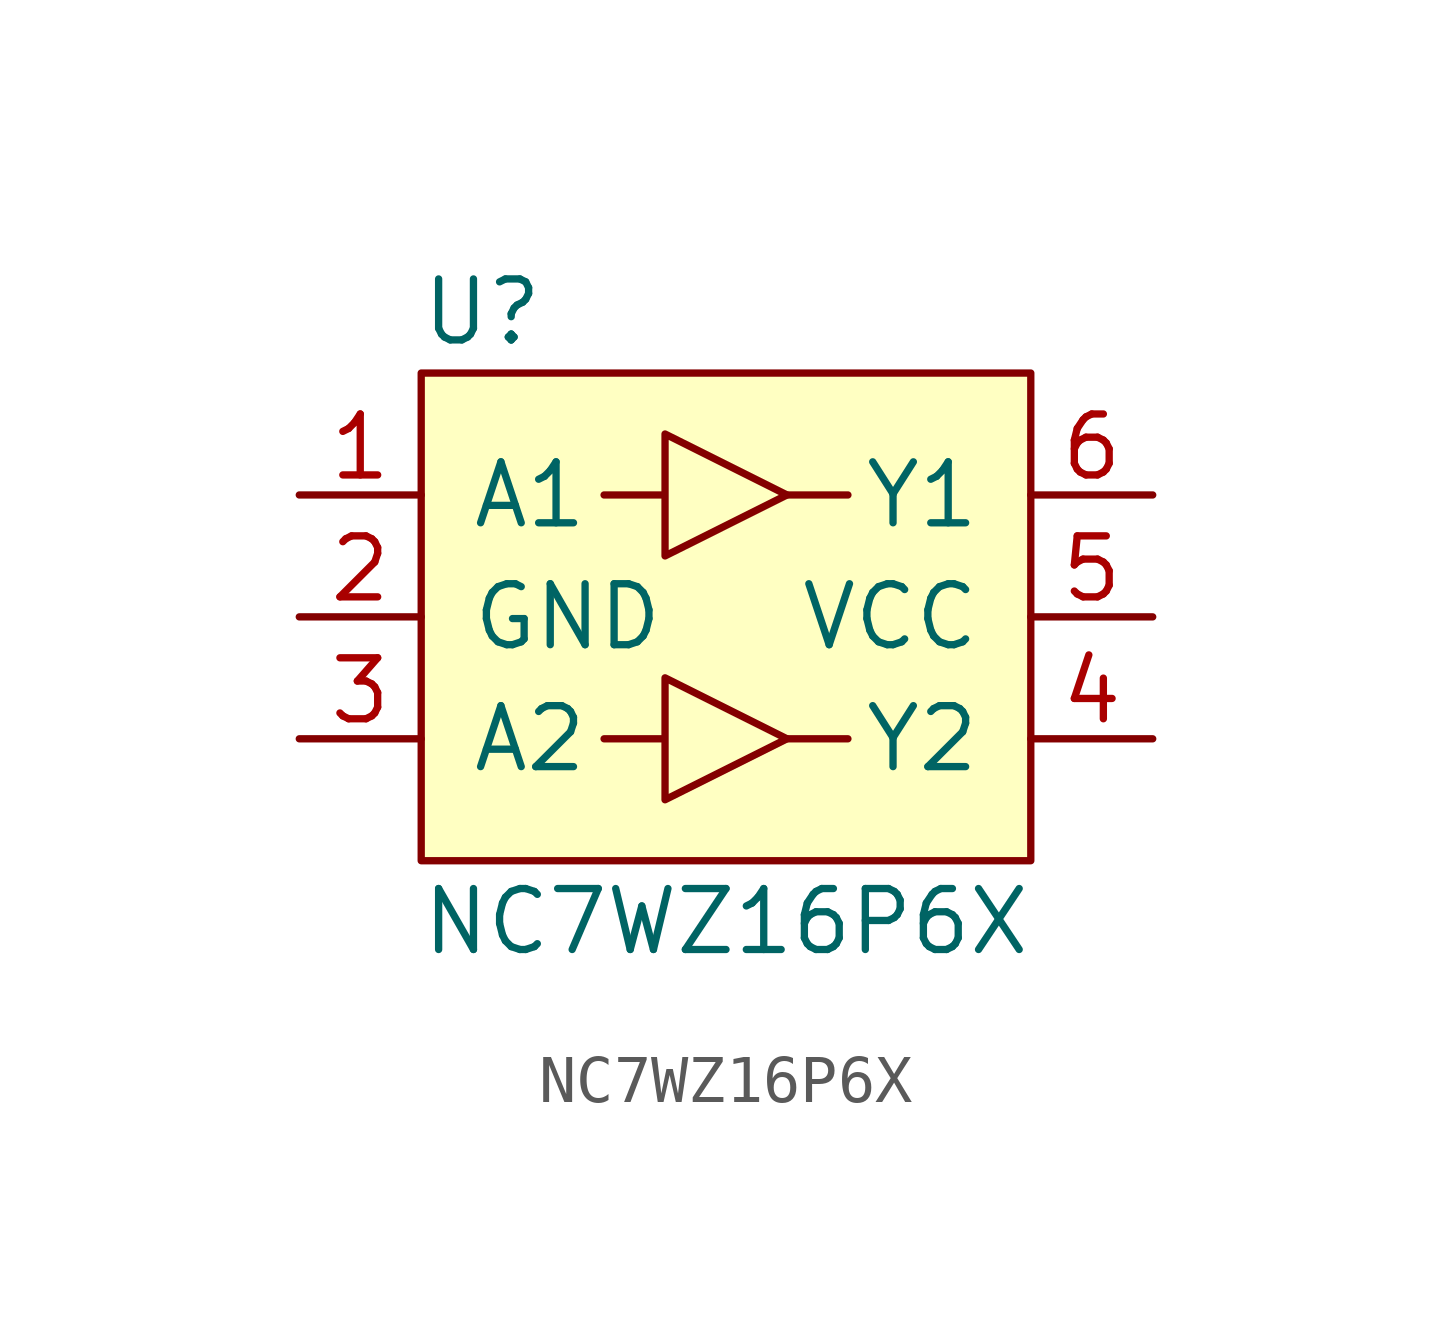
<source format=kicad_sym>
(kicad_symbol_lib
  (version 20220914)
  (generator kicad_symbol_editor)
  (symbol "NC7WZ16P6X"
    (pin_names
      (offset 1.016))
    (property "Reference" "U"
      (at -5.08 6.35 0)
      (effects (font (size 1.27 1.27))))
    (property "Value" "NC7WZ16P6X"
      (at 0 -6.35 0)
      (effects (font (size 1.27 1.27))))
    (symbol "NC7WZ16P6X_0_1"
      (rectangle (start -6.35 5.08) (end 6.35 -5.08) (stroke (width 0) (type solid)) (fill (type background)))
      (polyline (pts (xy 1.27 -2.54) (xy 2.54 -2.54)) (stroke (width 0) (type solid)) (fill (type none)))
      (polyline (pts (xy 1.27 2.54) (xy 2.54 2.54)) (stroke (width 0) (type solid)) (fill (type none)))
      (polyline (pts (xy -2.54 -2.54) (xy -1.27 -2.54) (xy -1.27 -1.27) (xy 1.27 -2.54) (xy -1.27 -3.81) (xy -1.27 -2.54)) (stroke (width 0) (type solid)) (fill (type none)))
      (polyline (pts (xy -2.54 2.54) (xy -1.27 2.54) (xy -1.27 3.81) (xy 1.27 2.54) (xy -1.27 1.27) (xy -1.27 2.54) (xy -2.54 2.54)) (stroke (width 0) (type solid)) (fill (type none))))
    (symbol "NC7WZ16P6X_1_1"
      (pin input line (at -8.89 2.54 0) (length 2.54) (name "A1" (effects (font (size 1.27 1.27)))) (number "1" (effects (font (size 1.27 1.27)))))
      (pin power_in line (at -8.89 0 0) (length 2.54) (name "GND" (effects (font (size 1.27 1.27)))) (number "2" (effects (font (size 1.27 1.27)))))
      (pin input line (at -8.89 -2.54 0) (length 2.54) (name "A2" (effects (font (size 1.27 1.27)))) (number "3" (effects (font (size 1.27 1.27)))))
      (pin output line (at 8.89 -2.54 180) (length 2.54) (name "Y2" (effects (font (size 1.27 1.27)))) (number "4" (effects (font (size 1.27 1.27)))))
      (pin power_in line (at 8.89 0 180) (length 2.54) (name "VCC" (effects (font (size 1.27 1.27)))) (number "5" (effects (font (size 1.27 1.27)))))
      (pin output line (at 8.89 2.54 180) (length 2.54) (name "Y1" (effects (font (size 1.27 1.27)))) (number "6" (effects (font (size 1.27 1.27))))))))
</source>
